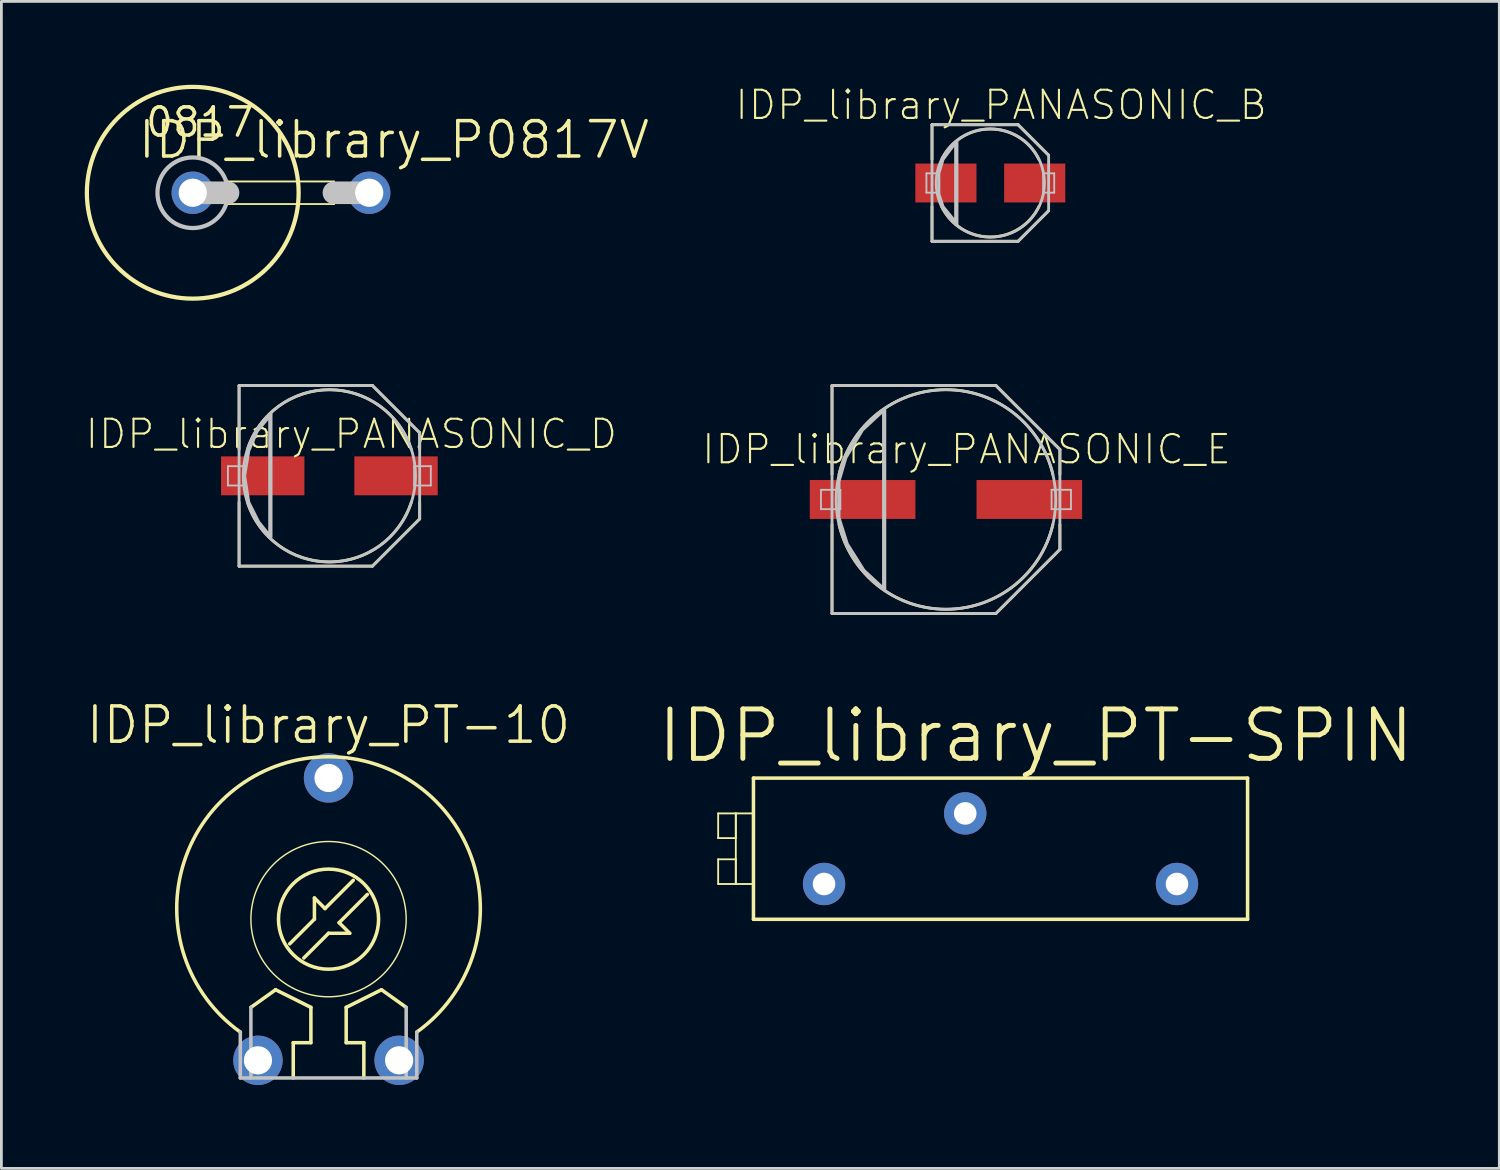
<source format=kicad_pcb>
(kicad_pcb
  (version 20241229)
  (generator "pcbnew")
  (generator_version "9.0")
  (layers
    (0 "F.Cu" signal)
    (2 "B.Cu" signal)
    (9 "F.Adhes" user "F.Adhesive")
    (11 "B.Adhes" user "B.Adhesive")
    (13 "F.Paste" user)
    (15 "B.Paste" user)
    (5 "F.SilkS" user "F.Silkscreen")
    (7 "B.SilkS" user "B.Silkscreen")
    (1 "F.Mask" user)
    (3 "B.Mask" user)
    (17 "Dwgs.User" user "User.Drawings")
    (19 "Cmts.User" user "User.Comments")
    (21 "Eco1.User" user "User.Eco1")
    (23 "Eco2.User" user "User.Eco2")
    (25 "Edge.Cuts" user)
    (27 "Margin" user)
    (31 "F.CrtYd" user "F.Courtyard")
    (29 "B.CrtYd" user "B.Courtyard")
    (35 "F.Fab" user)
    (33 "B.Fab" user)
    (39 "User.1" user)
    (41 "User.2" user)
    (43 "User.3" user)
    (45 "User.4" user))
  (footprint "IDP_library_PANASONIC_B"
    (layer "F.Cu")
    (at 32.585 3.535)
    (property "Reference" "IDP_library_PANASONIC_B" (at 0.389 -2.807 0) (layer "F.SilkS") (effects (font (size 1.016 1.016) (thickness 0.076))))
    (attr smd)
    (fp_line (start -2.098 -2.098) (end 0.998 -2.098) (stroke (width 0.102) (type solid)) (layer "F.SilkS"))
    (fp_line (start -2.098 -0.848) (end -2.098 -2.098) (stroke (width 0.102) (type solid)) (layer "F.SilkS"))
    (fp_line (start -2.098 2.098) (end -2.098 0.848) (stroke (width 0.102) (type solid)) (layer "F.SilkS"))
    (fp_line (start 0.998 -2.098) (end 2.098 -0.998) (stroke (width 0.102) (type solid)) (layer "F.SilkS"))
    (fp_line (start 0.998 2.098) (end -2.098 2.098) (stroke (width 0.102) (type solid)) (layer "F.SilkS"))
    (fp_line (start 2.098 0.998) (end 0.998 2.098) (stroke (width 0.102) (type solid)) (layer "F.SilkS"))
    (fp_arc (start -1.74752 -0.84836) (mid -0.001866 -1.942559) (end 1.745887 -0.851716) (stroke (width 0.1016) (type solid)) (layer "F.SilkS"))
    (fp_arc (start 1.74752 0.84836) (mid 0.001866 1.942559) (end -1.745887 0.851716) (stroke (width 0.1016) (type solid)) (layer "F.SilkS"))
    (fp_line (start -2.299 -0.348) (end -1.849 -0.348) (stroke (width 0.066) (type solid)) (layer "Dwgs.User"))
    (fp_line (start -2.299 0.348) (end -2.299 -0.348) (stroke (width 0.066) (type solid)) (layer "Dwgs.User"))
    (fp_line (start -2.299 0.348) (end -1.849 0.348) (stroke (width 0.066) (type solid)) (layer "Dwgs.User"))
    (fp_line (start -2.098 -2.098) (end 0.998 -2.098) (stroke (width 0.102) (type solid)) (layer "Dwgs.User"))
    (fp_line (start -2.098 2.098) (end -2.098 -2.098) (stroke (width 0.102) (type solid)) (layer "Dwgs.User"))
    (fp_line (start -1.849 0.348) (end -1.849 -0.348) (stroke (width 0.066) (type solid)) (layer "Dwgs.User"))
    (fp_line (start -1.199 -1.499) (end -1.199 1.499) (stroke (width 0.102) (type solid)) (layer "Dwgs.User"))
    (fp_line (start 0.998 -2.098) (end 2.098 -0.998) (stroke (width 0.102) (type solid)) (layer "Dwgs.User"))
    (fp_line (start 0.998 2.098) (end -2.098 2.098) (stroke (width 0.102) (type solid)) (layer "Dwgs.User"))
    (fp_line (start 1.9 -0.348) (end 2.299 -0.348) (stroke (width 0.066) (type solid)) (layer "Dwgs.User"))
    (fp_line (start 1.9 0.348) (end 1.9 -0.348) (stroke (width 0.066) (type solid)) (layer "Dwgs.User"))
    (fp_line (start 1.9 0.348) (end 2.299 0.348) (stroke (width 0.066) (type solid)) (layer "Dwgs.User"))
    (fp_line (start 2.098 -0.998) (end 2.098 0.998) (stroke (width 0.102) (type solid)) (layer "Dwgs.User"))
    (fp_line (start 2.098 0.998) (end 0.998 2.098) (stroke (width 0.102) (type solid)) (layer "Dwgs.User"))
    (fp_line (start 2.299 0.348) (end 2.299 -0.348) (stroke (width 0.066) (type solid)) (layer "Dwgs.User"))
    (fp_circle (center 0 0) (end 0 -1.948) (stroke (width 0.102) (type solid)) (fill no) (layer "Dwgs.User"))
    (fp_poly (pts (xy -1.25 -1.448) (xy -1.699 -0.848) (xy -1.849 -0.348) (xy -1.849 0.399) (xy -1.699 0.848) (xy -1.25 1.4) (xy -1.25 -1.4) (xy -1.25 -1.448)) (stroke (width 0.102) (type solid)) (fill no) (layer "Dwgs.User"))
    (pad "+" smd rect (at 1.598 0) (size 2.2 1.4) (layers "F.Cu" "F.Mask" "F.Paste"))
    (pad "-" smd rect (at -1.598 0) (size 2.2 1.4) (layers "F.Cu" "F.Mask" "F.Paste")))
  (footprint "IDP_library_PT-10"
    (layer "F.Cu")
    (at 8.772 30.024)
    (property "Reference" "IDP_library_PT-10" (at 0 -6.985 0) (layer "F.SilkS") (effects (font (size 1.27 1.27) (thickness 0.127))))
    (attr exclude_from_pos_files exclude_from_bom)
    (fp_line (start -2.794 3.175) (end -1.905 2.54) (stroke (width 0.127) (type solid)) (layer "F.SilkS"))
    (fp_line (start -1.905 2.54) (end -0.635 3.175) (stroke (width 0.127) (type solid)) (layer "F.SilkS"))
    (fp_line (start -1.27 4.445) (end -1.27 5.715) (stroke (width 0.127) (type solid)) (layer "F.SilkS"))
    (fp_line (start -0.635 3.175) (end -0.635 4.445) (stroke (width 0.127) (type solid)) (layer "F.SilkS"))
    (fp_line (start -0.635 4.445) (end -1.27 4.445) (stroke (width 0.127) (type solid)) (layer "F.SilkS"))
    (fp_line (start -0.508 -0.762) (end -0.508 0) (stroke (width 0.127) (type solid)) (layer "F.SilkS"))
    (fp_line (start -0.508 0) (end -1.397 0.889) (stroke (width 0.127) (type solid)) (layer "F.SilkS"))
    (fp_line (start -0.127 -0.381) (end -0.508 -0.762) (stroke (width 0.127) (type solid)) (layer "F.SilkS"))
    (fp_line (start 0 0.508) (end -0.889 1.397) (stroke (width 0.127) (type solid)) (layer "F.SilkS"))
    (fp_line (start 0.381 0.127) (end 0.762 0.508) (stroke (width 0.127) (type solid)) (layer "F.SilkS"))
    (fp_line (start 0.635 3.175) (end 1.905 2.54) (stroke (width 0.127) (type solid)) (layer "F.SilkS"))
    (fp_line (start 0.635 4.445) (end 0.635 3.175) (stroke (width 0.127) (type solid)) (layer "F.SilkS"))
    (fp_line (start 0.762 0.508) (end 0 0.508) (stroke (width 0.127) (type solid)) (layer "F.SilkS"))
    (fp_line (start 0.889 -1.397) (end -0.127 -0.381) (stroke (width 0.127) (type solid)) (layer "F.SilkS"))
    (fp_line (start 1.27 4.445) (end 0.635 4.445) (stroke (width 0.127) (type solid)) (layer "F.SilkS"))
    (fp_line (start 1.27 5.715) (end 1.27 4.445) (stroke (width 0.127) (type solid)) (layer "F.SilkS"))
    (fp_line (start 1.397 -0.889) (end 0.381 0.127) (stroke (width 0.127) (type solid)) (layer "F.SilkS"))
    (fp_line (start 1.905 2.54) (end 2.794 3.175) (stroke (width 0.127) (type solid)) (layer "F.SilkS"))
    (fp_arc (start -3.175 4.064) (mid -0.001175 -5.843476) (end 3.176912 4.062634) (stroke (width 0.127) (type solid)) (layer "F.SilkS"))
    (fp_circle (center 0 0) (end 0 -2.794) (stroke (width 0.051) (type solid)) (fill no) (layer "F.SilkS"))
    (fp_circle (center 0 0) (end 0 -1.801) (stroke (width 0.127) (type solid)) (fill no) (layer "F.SilkS"))
    (fp_line (start -3.175 5.715) (end -3.175 4.064) (stroke (width 0.127) (type solid)) (layer "Dwgs.User"))
    (fp_line (start -3.175 5.715) (end 3.175 5.715) (stroke (width 0.127) (type solid)) (layer "Dwgs.User"))
    (fp_line (start -2.794 5.715) (end -2.794 3.175) (stroke (width 0.127) (type solid)) (layer "Dwgs.User"))
    (fp_line (start 2.794 3.175) (end 2.794 5.715) (stroke (width 0.127) (type solid)) (layer "Dwgs.User"))
    (fp_line (start 3.175 4.064) (end 3.175 5.715) (stroke (width 0.127) (type solid)) (layer "Dwgs.User"))
    (pad "1" thru_hole circle (at -2.54 5.08) (size 1.778 1.778) (drill 1.016) (layers "*.Cu" "*.Paste" "*.Mask"))
    (pad "2" thru_hole circle (at 2.54 5.08) (size 1.778 1.778) (drill 1.016) (layers "*.Cu" "*.Paste" "*.Mask"))
    (pad "3" thru_hole circle (at 0 -5.08) (size 1.778 1.778) (drill 1.016) (layers "*.Cu" "*.Paste" "*.Mask")))
  (footprint "IDP_library_PANASONIC_E"
    (layer "F.Cu")
    (at 30.989 14.923)
    (property "Reference" "IDP_library_PANASONIC_E" (at 0.739 -1.806 0) (layer "F.SilkS") (effects (font (size 1.016 1.016) (thickness 0.076))))
    (attr smd)
    (fp_line (start -4.1 -4.1) (end 1.798 -4.1) (stroke (width 0.102) (type solid)) (layer "F.SilkS"))
    (fp_line (start -4.1 -0.899) (end -4.1 -4.1) (stroke (width 0.102) (type solid)) (layer "F.SilkS"))
    (fp_line (start -4.1 4.1) (end -4.1 0.899) (stroke (width 0.102) (type solid)) (layer "F.SilkS"))
    (fp_line (start 1.798 -4.1) (end 4.1 -1.798) (stroke (width 0.102) (type solid)) (layer "F.SilkS"))
    (fp_line (start 1.798 4.1) (end -4.1 4.1) (stroke (width 0.102) (type solid)) (layer "F.SilkS"))
    (fp_line (start 4.1 -1.798) (end 4.1 -0.899) (stroke (width 0.102) (type solid)) (layer "F.SilkS"))
    (fp_line (start 4.1 0.899) (end 4.1 1.798) (stroke (width 0.102) (type solid)) (layer "F.SilkS"))
    (fp_line (start 4.1 1.798) (end 1.798 4.1) (stroke (width 0.102) (type solid)) (layer "F.SilkS"))
    (fp_arc (start -3.8481 -0.89916) (mid -0.003314 -3.951753) (end 3.846587 -0.905612) (stroke (width 0.1016) (type solid)) (layer "F.SilkS"))
    (fp_arc (start 3.8481 0.89916) (mid 0.003314 3.951753) (end -3.846587 0.905612) (stroke (width 0.1016) (type solid)) (layer "F.SilkS"))
    (fp_line (start -4.498 -0.348) (end -3.8 -0.348) (stroke (width 0.066) (type solid)) (layer "Dwgs.User"))
    (fp_line (start -4.498 0.348) (end -4.498 -0.348) (stroke (width 0.066) (type solid)) (layer "Dwgs.User"))
    (fp_line (start -4.498 0.348) (end -3.8 0.348) (stroke (width 0.066) (type solid)) (layer "Dwgs.User"))
    (fp_line (start -4.1 -4.1) (end 1.798 -4.1) (stroke (width 0.102) (type solid)) (layer "Dwgs.User"))
    (fp_line (start -4.1 4.1) (end -4.1 -4.1) (stroke (width 0.102) (type solid)) (layer "Dwgs.User"))
    (fp_line (start -3.8 0.348) (end -3.8 -0.348) (stroke (width 0.066) (type solid)) (layer "Dwgs.User"))
    (fp_line (start -2.2 -3.249) (end -2.2 3.249) (stroke (width 0.102) (type solid)) (layer "Dwgs.User"))
    (fp_line (start 1.798 -4.1) (end 4.1 -1.798) (stroke (width 0.102) (type solid)) (layer "Dwgs.User"))
    (fp_line (start 1.798 4.1) (end -4.1 4.1) (stroke (width 0.102) (type solid)) (layer "Dwgs.User"))
    (fp_line (start 3.8 -0.348) (end 4.498 -0.348) (stroke (width 0.066) (type solid)) (layer "Dwgs.User"))
    (fp_line (start 3.8 0.348) (end 3.8 -0.348) (stroke (width 0.066) (type solid)) (layer "Dwgs.User"))
    (fp_line (start 3.8 0.348) (end 4.498 0.348) (stroke (width 0.066) (type solid)) (layer "Dwgs.User"))
    (fp_line (start 4.1 -1.798) (end 4.1 1.798) (stroke (width 0.102) (type solid)) (layer "Dwgs.User"))
    (fp_line (start 4.1 1.798) (end 1.798 4.1) (stroke (width 0.102) (type solid)) (layer "Dwgs.User"))
    (fp_line (start 4.498 0.348) (end 4.498 -0.348) (stroke (width 0.066) (type solid)) (layer "Dwgs.User"))
    (fp_circle (center 0 0) (end 0 -3.95) (stroke (width 0.102) (type solid)) (fill no) (layer "Dwgs.User"))
    (fp_poly (pts (xy -2.248 -3.198) (xy -3 -2.499) (xy -3.599 -1.499) (xy -3.848 -0.648) (xy -3.848 0.648) (xy -3.548 1.598) (xy -2.949 2.548) (xy -2.248 3.198) (xy -2.248 -3.15) (xy -2.248 -3.198)) (stroke (width 0.102) (type solid)) (fill no) (layer "Dwgs.User"))
    (pad "+" smd rect (at 3 0) (size 3.8 1.4) (layers "F.Cu" "F.Mask" "F.Paste"))
    (pad "-" smd rect (at -3 0) (size 3.8 1.4) (layers "F.Cu" "F.Mask" "F.Paste")))
  (footprint "IDP_library_PT-SPIN"
    (layer "F.Cu")
    (at 32.952 27.489)
    (property "Reference" "IDP_library_PT-SPIN" (at 1.27 -4.064 0) (layer "F.SilkS") (effects (font (size 1.778 1.778) (thickness 0.178))))
    (attr exclude_from_pos_files exclude_from_bom)
    (fp_line (start -10.16 -1.27) (end -9.525 -1.27) (stroke (width 0.066) (type solid)) (layer "F.SilkS"))
    (fp_line (start -10.16 -0.381) (end -10.16 -1.27) (stroke (width 0.066) (type solid)) (layer "F.SilkS"))
    (fp_line (start -10.16 -0.381) (end -9.525 -0.381) (stroke (width 0.066) (type solid)) (layer "F.SilkS"))
    (fp_line (start -10.16 0.381) (end -9.525 0.381) (stroke (width 0.066) (type solid)) (layer "F.SilkS"))
    (fp_line (start -10.16 1.27) (end -10.16 0.381) (stroke (width 0.066) (type solid)) (layer "F.SilkS"))
    (fp_line (start -10.16 1.27) (end -9.525 1.27) (stroke (width 0.066) (type solid)) (layer "F.SilkS"))
    (fp_line (start -9.525 -1.27) (end -8.89 -1.27) (stroke (width 0.066) (type solid)) (layer "F.SilkS"))
    (fp_line (start -9.525 -0.381) (end -9.525 -1.27) (stroke (width 0.066) (type solid)) (layer "F.SilkS"))
    (fp_line (start -9.525 1.27) (end -9.525 -1.27) (stroke (width 0.066) (type solid)) (layer "F.SilkS"))
    (fp_line (start -9.525 1.27) (end -9.525 0.381) (stroke (width 0.066) (type solid)) (layer "F.SilkS"))
    (fp_line (start -9.525 1.27) (end -8.89 1.27) (stroke (width 0.066) (type solid)) (layer "F.SilkS"))
    (fp_line (start -8.89 -2.54) (end -8.89 2.54) (stroke (width 0.127) (type solid)) (layer "F.SilkS"))
    (fp_line (start -8.89 1.27) (end -8.89 -1.27) (stroke (width 0.066) (type solid)) (layer "F.SilkS"))
    (fp_line (start -8.89 2.54) (end 8.89 2.54) (stroke (width 0.127) (type solid)) (layer "F.SilkS"))
    (fp_line (start 8.89 -2.54) (end -8.89 -2.54) (stroke (width 0.127) (type solid)) (layer "F.SilkS"))
    (fp_line (start 8.89 2.54) (end 8.89 -2.54) (stroke (width 0.127) (type solid)) (layer "F.SilkS"))
    (pad "1" thru_hole circle (at -6.35 1.27) (size 1.524 1.524) (drill 0.813) (layers "*.Cu" "*.Paste" "*.Mask"))
    (pad "2" thru_hole circle (at 6.35 1.27) (size 1.524 1.524) (drill 0.813) (layers "*.Cu" "*.Paste" "*.Mask"))
    (pad "3" thru_hole circle (at -1.27 -1.27) (size 1.524 1.524) (drill 0.813) (layers "*.Cu" "*.Paste" "*.Mask")))
  (footprint "IDP_library_P0817V"
    (layer "F.Cu")
    (at 8.966 3.886)
    (property "Reference" "IDP_library_P0817V" (at 2.159 -1.905 0) (layer "F.SilkS") (effects (font (size 1.27 1.27) (thickness 0.127))))
    (attr exclude_from_pos_files exclude_from_bom)
    (fp_line (start -3.81 -0.406) (end 0 -0.406) (stroke (width 0.066) (type solid)) (layer "F.SilkS"))
    (fp_line (start -3.81 0.406) (end -3.81 -0.406) (stroke (width 0.066) (type solid)) (layer "F.SilkS"))
    (fp_line (start -3.81 0.406) (end 0 0.406) (stroke (width 0.066) (type solid)) (layer "F.SilkS"))
    (fp_line (start 0 0.406) (end 0 -0.406) (stroke (width 0.066) (type solid)) (layer "F.SilkS"))
    (fp_circle (center -5.08 0) (end -5.08 -3.81) (stroke (width 0.152) (type solid)) (fill no) (layer "F.SilkS"))
    (fp_line (start -3.81 0) (end -5.08 0) (stroke (width 0.813) (type solid)) (layer "Dwgs.User"))
    (fp_line (start 1.27 0) (end 0 0) (stroke (width 0.813) (type solid)) (layer "Dwgs.User"))
    (fp_circle (center -5.08 0) (end -5.08 -1.27) (stroke (width 0.152) (type solid)) (fill no) (layer "Dwgs.User"))
    (fp_text user "0817" (at -4.826 -2.54 0) (layer "F.SilkS") (effects (font (size 1.016 1.016) (thickness 0.127))))
    (pad "1" thru_hole circle (at -5.08 0) (size 1.524 1.524) (drill 1.016) (layers "*.Cu" "*.Paste" "*.Mask"))
    (pad "2" thru_hole circle (at 1.27 0) (size 1.524 1.524) (drill 1.016) (layers "*.Cu" "*.Paste" "*.Mask")))
  (footprint "IDP_library_PANASONIC_D"
    (layer "F.Cu")
    (at 8.802 14.072)
    (property "Reference" "IDP_library_PANASONIC_D" (at 0.79 -1.506 0) (layer "F.SilkS") (effects (font (size 1.016 1.016) (thickness 0.076))))
    (attr smd)
    (fp_line (start -3.249 -3.249) (end 1.549 -3.249) (stroke (width 0.102) (type solid)) (layer "F.SilkS"))
    (fp_line (start -3.249 -0.95) (end -3.249 -3.249) (stroke (width 0.102) (type solid)) (layer "F.SilkS"))
    (fp_line (start -3.249 3.249) (end -3.249 0.95) (stroke (width 0.102) (type solid)) (layer "F.SilkS"))
    (fp_line (start 1.549 -3.249) (end 3.249 -1.549) (stroke (width 0.102) (type solid)) (layer "F.SilkS"))
    (fp_line (start 1.549 3.249) (end -3.249 3.249) (stroke (width 0.102) (type solid)) (layer "F.SilkS"))
    (fp_line (start 3.249 -1.549) (end 3.249 -0.95) (stroke (width 0.102) (type solid)) (layer "F.SilkS"))
    (fp_line (start 3.249 0.95) (end 3.249 1.549) (stroke (width 0.102) (type solid)) (layer "F.SilkS"))
    (fp_line (start 3.249 1.549) (end 1.549 3.249) (stroke (width 0.102) (type solid)) (layer "F.SilkS"))
    (fp_arc (start -2.94894 -0.94996) (mid -0.0024 -3.098171) (end 2.947465 -0.954527) (stroke (width 0.1016) (type solid)) (layer "F.SilkS"))
    (fp_arc (start 2.94894 0.94996) (mid 0.0024 3.098171) (end -2.947465 0.954527) (stroke (width 0.1016) (type solid)) (layer "F.SilkS"))
    (fp_line (start -3.65 -0.348) (end -3.048 -0.348) (stroke (width 0.066) (type solid)) (layer "Dwgs.User"))
    (fp_line (start -3.65 0.348) (end -3.65 -0.348) (stroke (width 0.066) (type solid)) (layer "Dwgs.User"))
    (fp_line (start -3.65 0.348) (end -3.048 0.348) (stroke (width 0.066) (type solid)) (layer "Dwgs.User"))
    (fp_line (start -3.249 -3.249) (end 1.549 -3.249) (stroke (width 0.102) (type solid)) (layer "Dwgs.User"))
    (fp_line (start -3.249 3.249) (end -3.249 -3.249) (stroke (width 0.102) (type solid)) (layer "Dwgs.User"))
    (fp_line (start -3.048 0.348) (end -3.048 -0.348) (stroke (width 0.066) (type solid)) (layer "Dwgs.User"))
    (fp_line (start -2.098 -2.248) (end -2.098 2.2) (stroke (width 0.102) (type solid)) (layer "Dwgs.User"))
    (fp_line (start 1.549 -3.249) (end 3.249 -1.549) (stroke (width 0.102) (type solid)) (layer "Dwgs.User"))
    (fp_line (start 1.549 3.249) (end -3.249 3.249) (stroke (width 0.102) (type solid)) (layer "Dwgs.User"))
    (fp_line (start 3.048 -0.348) (end 3.65 -0.348) (stroke (width 0.066) (type solid)) (layer "Dwgs.User"))
    (fp_line (start 3.048 0.348) (end 3.048 -0.348) (stroke (width 0.066) (type solid)) (layer "Dwgs.User"))
    (fp_line (start 3.048 0.348) (end 3.65 0.348) (stroke (width 0.066) (type solid)) (layer "Dwgs.User"))
    (fp_line (start 3.249 -1.549) (end 3.249 1.549) (stroke (width 0.102) (type solid)) (layer "Dwgs.User"))
    (fp_line (start 3.249 1.549) (end 1.549 3.249) (stroke (width 0.102) (type solid)) (layer "Dwgs.User"))
    (fp_line (start 3.65 0.348) (end 3.65 -0.348) (stroke (width 0.066) (type solid)) (layer "Dwgs.User"))
    (fp_circle (center 0 0) (end 0 -3.099) (stroke (width 0.102) (type solid)) (fill no) (layer "Dwgs.User"))
    (fp_poly (pts (xy -2.149 -2.149) (xy -2.598 -1.598) (xy -2.898 -0.899) (xy -3.048 0) (xy -2.898 0.95) (xy -2.548 1.648) (xy -2.149 2.149) (xy -2.149 -2.098) (xy -2.149 -2.149)) (stroke (width 0.102) (type solid)) (fill no) (layer "Dwgs.User"))
    (pad "+" smd rect (at 2.398 0) (size 3 1.4) (layers "F.Cu" "F.Mask" "F.Paste"))
    (pad "-" smd rect (at -2.398 0) (size 3 1.4) (layers "F.Cu" "F.Mask" "F.Paste")))
  (gr_rect
    (start -3 -3)
    (end 50.9 38.993)
    (stroke (width 0.1) (type default))
    (fill no)
    (layer "Edge.Cuts")))
</source>
